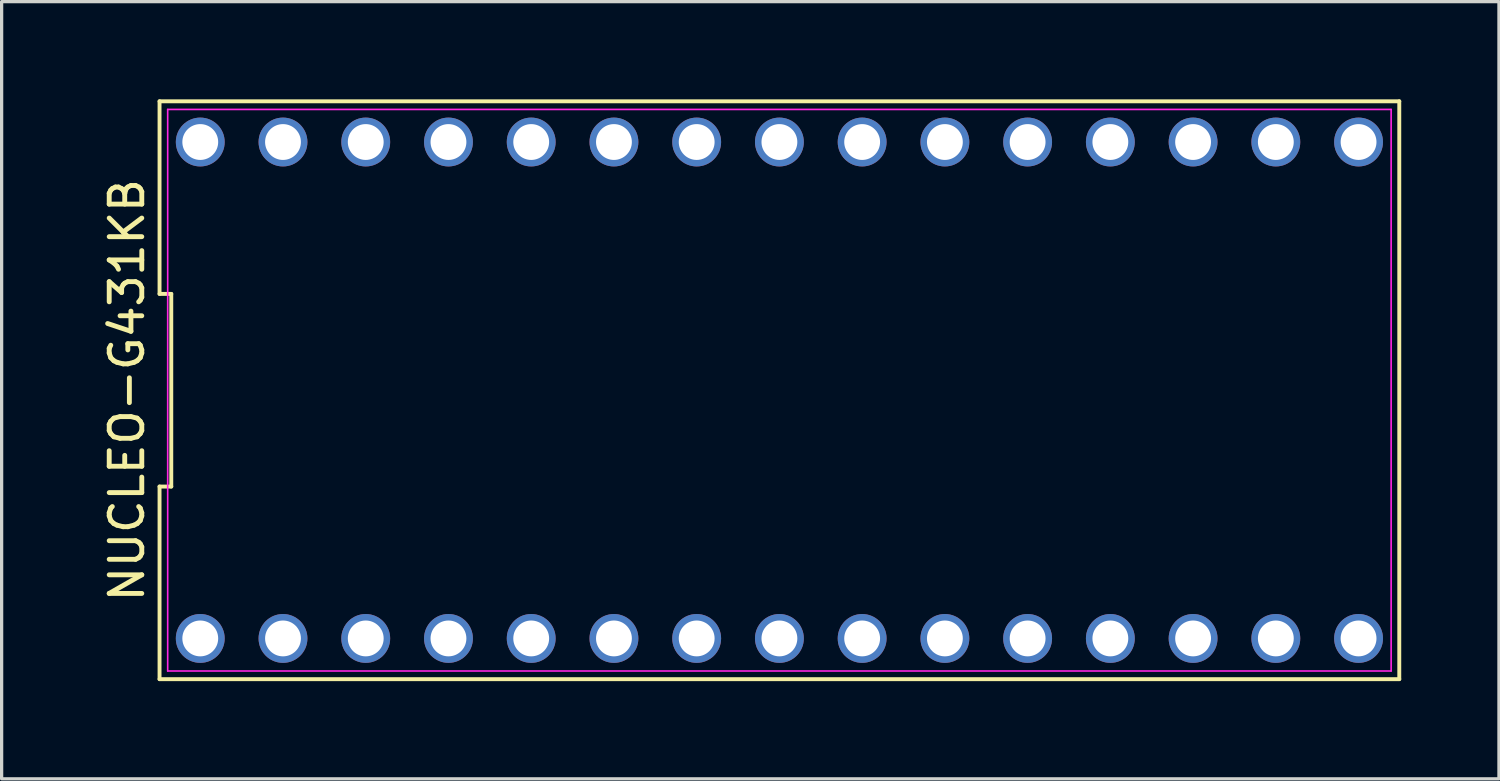
<source format=kicad_pcb>
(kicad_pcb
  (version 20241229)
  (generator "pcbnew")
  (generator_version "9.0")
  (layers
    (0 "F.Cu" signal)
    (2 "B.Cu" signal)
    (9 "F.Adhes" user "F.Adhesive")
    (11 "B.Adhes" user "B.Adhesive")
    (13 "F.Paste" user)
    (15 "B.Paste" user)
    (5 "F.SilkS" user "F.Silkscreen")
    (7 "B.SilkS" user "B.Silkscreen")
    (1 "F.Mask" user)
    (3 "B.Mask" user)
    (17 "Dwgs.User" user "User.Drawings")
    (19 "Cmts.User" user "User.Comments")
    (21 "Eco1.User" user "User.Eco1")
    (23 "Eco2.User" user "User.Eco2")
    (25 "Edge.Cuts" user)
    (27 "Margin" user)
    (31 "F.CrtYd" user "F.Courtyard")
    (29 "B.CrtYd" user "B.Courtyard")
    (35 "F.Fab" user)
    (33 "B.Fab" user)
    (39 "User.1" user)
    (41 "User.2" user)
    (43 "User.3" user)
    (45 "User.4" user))
  (footprint "NUCLEO-G431KB"
    (layer "F.Cu")
    (at 20.878 8.93)
    (property "Reference" "NUCLEO-G431KB" (at -20.03 0 90) (layer "F.SilkS") (effects (font (size 1 1) (thickness 0.15))))
    (attr through_hole)
    (fp_line (start -19.03 -8.87) (end -19.03 -2.957) (stroke (width 0.12) (type solid)) (layer "F.SilkS"))
    (fp_line (start -19.03 -2.957) (end -18.67 -2.957) (stroke (width 0.12) (type solid)) (layer "F.SilkS"))
    (fp_line (start -19.03 2.957) (end -19.03 8.87) (stroke (width 0.12) (type solid)) (layer "F.SilkS"))
    (fp_line (start -19.03 8.87) (end 19.03 8.87) (stroke (width 0.12) (type solid)) (layer "F.SilkS"))
    (fp_line (start -18.67 -2.957) (end -18.67 2.957) (stroke (width 0.12) (type solid)) (layer "F.SilkS"))
    (fp_line (start -18.67 2.957) (end -19.03 2.957) (stroke (width 0.12) (type solid)) (layer "F.SilkS"))
    (fp_line (start 19.03 -8.87) (end -19.03 -8.87) (stroke (width 0.12) (type solid)) (layer "F.SilkS"))
    (fp_line (start 19.03 8.87) (end 19.03 -8.87) (stroke (width 0.12) (type solid)) (layer "F.SilkS"))
    (fp_line (start -18.78 -8.62) (end 18.78 -8.62) (stroke (width 0.05) (type solid)) (layer "F.CrtYd"))
    (fp_line (start -18.78 8.62) (end -18.78 -8.62) (stroke (width 0.05) (type solid)) (layer "F.CrtYd"))
    (fp_line (start 18.78 -8.62) (end 18.78 8.62) (stroke (width 0.05) (type solid)) (layer "F.CrtYd"))
    (fp_line (start 18.78 8.62) (end -18.78 8.62) (stroke (width 0.05) (type solid)) (layer "F.CrtYd"))
    (pad "1" thru_hole circle (at -17.78 7.62) (size 1.5 1.5) (drill 1.1) (layers "*.Cu" "*.Mask"))
    (pad "2" thru_hole circle (at -15.24 7.62) (size 1.5 1.5) (drill 1.1) (layers "*.Cu" "*.Mask"))
    (pad "3" thru_hole circle (at -12.7 7.62) (size 1.5 1.5) (drill 1.1) (layers "*.Cu" "*.Mask"))
    (pad "4" thru_hole circle (at -10.16 7.62) (size 1.5 1.5) (drill 1.1) (layers "*.Cu" "*.Mask"))
    (pad "5" thru_hole circle (at -7.62 7.62) (size 1.5 1.5) (drill 1.1) (layers "*.Cu" "*.Mask"))
    (pad "6" thru_hole circle (at -5.08 7.62) (size 1.5 1.5) (drill 1.1) (layers "*.Cu" "*.Mask"))
    (pad "7" thru_hole circle (at -2.54 7.62) (size 1.5 1.5) (drill 1.1) (layers "*.Cu" "*.Mask"))
    (pad "8" thru_hole circle (at 0 7.62) (size 1.5 1.5) (drill 1.1) (layers "*.Cu" "*.Mask"))
    (pad "9" thru_hole circle (at 2.54 7.62) (size 1.5 1.5) (drill 1.1) (layers "*.Cu" "*.Mask"))
    (pad "10" thru_hole circle (at 5.08 7.62) (size 1.5 1.5) (drill 1.1) (layers "*.Cu" "*.Mask"))
    (pad "11" thru_hole circle (at 7.62 7.62) (size 1.5 1.5) (drill 1.1) (layers "*.Cu" "*.Mask"))
    (pad "12" thru_hole circle (at 10.16 7.62) (size 1.5 1.5) (drill 1.1) (layers "*.Cu" "*.Mask"))
    (pad "13" thru_hole circle (at 12.7 7.62) (size 1.5 1.5) (drill 1.1) (layers "*.Cu" "*.Mask"))
    (pad "14" thru_hole circle (at 15.24 7.62) (size 1.5 1.5) (drill 1.1) (layers "*.Cu" "*.Mask"))
    (pad "15" thru_hole circle (at 17.78 7.62) (size 1.5 1.5) (drill 1.1) (layers "*.Cu" "*.Mask"))
    (pad "16" thru_hole circle (at 17.78 -7.62) (size 1.5 1.5) (drill 1.1) (layers "*.Cu" "*.Mask"))
    (pad "17" thru_hole circle (at 15.24 -7.62) (size 1.5 1.5) (drill 1.1) (layers "*.Cu" "*.Mask"))
    (pad "18" thru_hole circle (at 12.7 -7.62) (size 1.5 1.5) (drill 1.1) (layers "*.Cu" "*.Mask"))
    (pad "19" thru_hole circle (at 10.16 -7.62) (size 1.5 1.5) (drill 1.1) (layers "*.Cu" "*.Mask"))
    (pad "20" thru_hole circle (at 7.62 -7.62) (size 1.5 1.5) (drill 1.1) (layers "*.Cu" "*.Mask"))
    (pad "21" thru_hole circle (at 5.08 -7.62) (size 1.5 1.5) (drill 1.1) (layers "*.Cu" "*.Mask"))
    (pad "22" thru_hole circle (at 2.54 -7.62) (size 1.5 1.5) (drill 1.1) (layers "*.Cu" "*.Mask"))
    (pad "23" thru_hole circle (at 0 -7.62) (size 1.5 1.5) (drill 1.1) (layers "*.Cu" "*.Mask"))
    (pad "24" thru_hole circle (at -2.54 -7.62) (size 1.5 1.5) (drill 1.1) (layers "*.Cu" "*.Mask"))
    (pad "25" thru_hole circle (at -5.08 -7.62) (size 1.5 1.5) (drill 1.1) (layers "*.Cu" "*.Mask"))
    (pad "26" thru_hole circle (at -7.62 -7.62) (size 1.5 1.5) (drill 1.1) (layers "*.Cu" "*.Mask"))
    (pad "27" thru_hole circle (at -10.16 -7.62) (size 1.5 1.5) (drill 1.1) (layers "*.Cu" "*.Mask"))
    (pad "28" thru_hole circle (at -12.7 -7.62) (size 1.5 1.5) (drill 1.1) (layers "*.Cu" "*.Mask"))
    (pad "29" thru_hole circle (at -15.24 -7.62) (size 1.5 1.5) (drill 1.1) (layers "*.Cu" "*.Mask"))
    (pad "30" thru_hole circle (at -17.78 -7.62) (size 1.5 1.5) (drill 1.1) (layers "*.Cu" "*.Mask")))
  (gr_rect
    (start -3 -3)
    (end 42.968 20.86)
    (stroke (width 0.1) (type default))
    (fill no)
    (layer "Edge.Cuts")))
</source>
